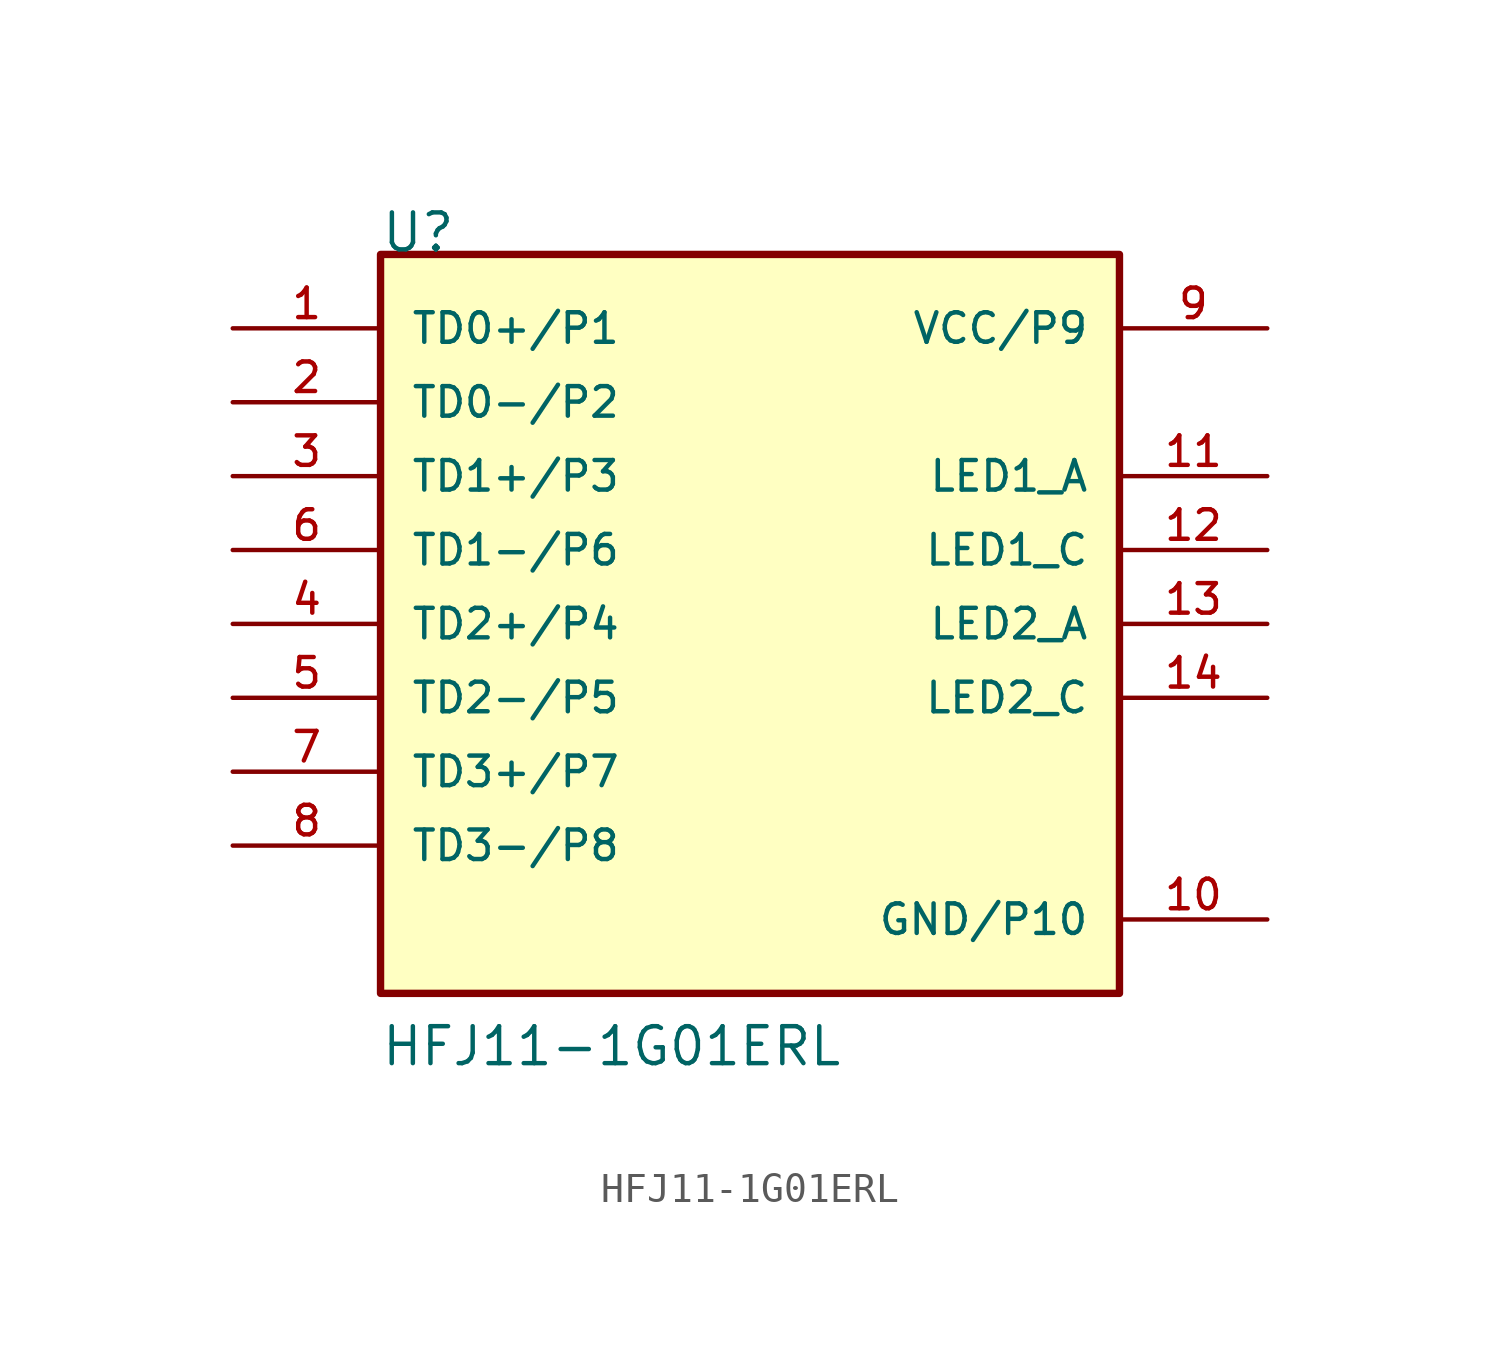
<source format=kicad_sym>
(kicad_symbol_lib
  (version 20211014)
  (generator kicad_symbol_editor)
  (symbol "HFJ11-1G01ERL"
    (pin_names
      (offset 1.016))
    (property "Reference" "U"
      (at -12.712 12.712 0)
      (effects (font (size 1.27 1.27)) (justify bottom left)))
    (property "Value" "HFJ11-1G01ERL"
      (at -12.717 -15.261 0)
      (effects (font (size 1.27 1.27)) (justify bottom left)))
    (symbol "HFJ11-1G01ERL_0_0"
      (rectangle (start -12.7 -12.7) (end 12.7 12.7) (stroke (width 0.254)) (fill (type background)))
      (pin bidirectional line (at -17.78 10.16 0) (length 5.08) (name "TD0+/P1" (effects (font (size 1.016 1.016)))) (number "1" (effects (font (size 1.016 1.016)))))
      (pin bidirectional line (at -17.78 7.62 0) (length 5.08) (name "TD0-/P2" (effects (font (size 1.016 1.016)))) (number "2" (effects (font (size 1.016 1.016)))))
      (pin bidirectional line (at -17.78 5.08 0) (length 5.08) (name "TD1+/P3" (effects (font (size 1.016 1.016)))) (number "3" (effects (font (size 1.016 1.016)))))
      (pin bidirectional line (at -17.78 2.54 0) (length 5.08) (name "TD1-/P6" (effects (font (size 1.016 1.016)))) (number "6" (effects (font (size 1.016 1.016)))))
      (pin bidirectional line (at -17.78 0.0 0) (length 5.08) (name "TD2+/P4" (effects (font (size 1.016 1.016)))) (number "4" (effects (font (size 1.016 1.016)))))
      (pin bidirectional line (at -17.78 -2.54 0) (length 5.08) (name "TD2-/P5" (effects (font (size 1.016 1.016)))) (number "5" (effects (font (size 1.016 1.016)))))
      (pin bidirectional line (at -17.78 -5.08 0) (length 5.08) (name "TD3+/P7" (effects (font (size 1.016 1.016)))) (number "7" (effects (font (size 1.016 1.016)))))
      (pin bidirectional line (at -17.78 -7.62 0) (length 5.08) (name "TD3-/P8" (effects (font (size 1.016 1.016)))) (number "8" (effects (font (size 1.016 1.016)))))
      (pin power_in line (at 17.78 10.16 180.0) (length 5.08) (name "VCC/P9" (effects (font (size 1.016 1.016)))) (number "9" (effects (font (size 1.016 1.016)))))
      (pin power_in line (at 17.78 -10.16 180.0) (length 5.08) (name "GND/P10" (effects (font (size 1.016 1.016)))) (number "10" (effects (font (size 1.016 1.016)))))
      (pin passive line (at 17.78 5.08 180.0) (length 5.08) (name "LED1_A" (effects (font (size 1.016 1.016)))) (number "11" (effects (font (size 1.016 1.016)))))
      (pin passive line (at 17.78 2.54 180.0) (length 5.08) (name "LED1_C" (effects (font (size 1.016 1.016)))) (number "12" (effects (font (size 1.016 1.016)))))
      (pin passive line (at 17.78 0.0 180.0) (length 5.08) (name "LED2_A" (effects (font (size 1.016 1.016)))) (number "13" (effects (font (size 1.016 1.016)))))
      (pin passive line (at 17.78 -2.54 180.0) (length 5.08) (name "LED2_C" (effects (font (size 1.016 1.016)))) (number "14" (effects (font (size 1.016 1.016))))))))
</source>
